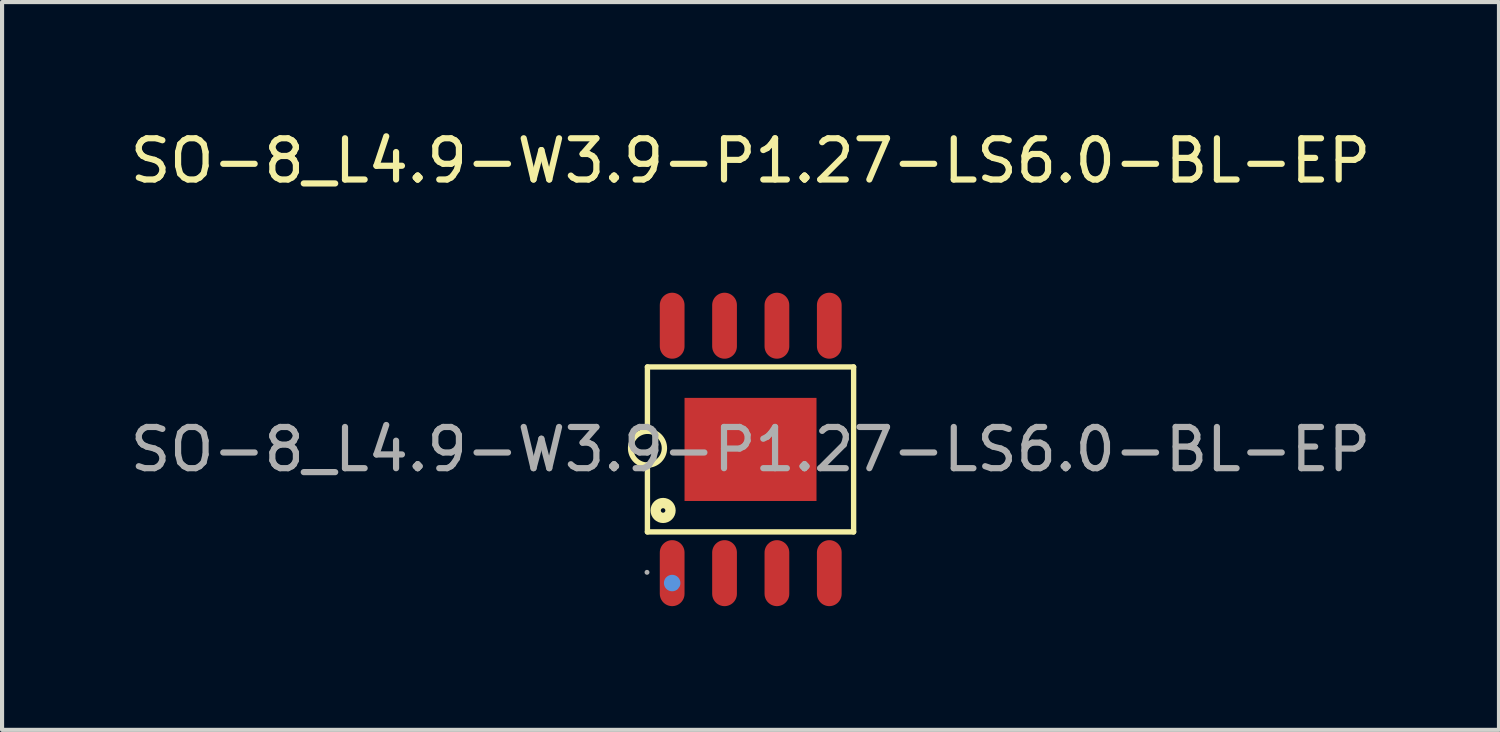
<source format=kicad_pcb>
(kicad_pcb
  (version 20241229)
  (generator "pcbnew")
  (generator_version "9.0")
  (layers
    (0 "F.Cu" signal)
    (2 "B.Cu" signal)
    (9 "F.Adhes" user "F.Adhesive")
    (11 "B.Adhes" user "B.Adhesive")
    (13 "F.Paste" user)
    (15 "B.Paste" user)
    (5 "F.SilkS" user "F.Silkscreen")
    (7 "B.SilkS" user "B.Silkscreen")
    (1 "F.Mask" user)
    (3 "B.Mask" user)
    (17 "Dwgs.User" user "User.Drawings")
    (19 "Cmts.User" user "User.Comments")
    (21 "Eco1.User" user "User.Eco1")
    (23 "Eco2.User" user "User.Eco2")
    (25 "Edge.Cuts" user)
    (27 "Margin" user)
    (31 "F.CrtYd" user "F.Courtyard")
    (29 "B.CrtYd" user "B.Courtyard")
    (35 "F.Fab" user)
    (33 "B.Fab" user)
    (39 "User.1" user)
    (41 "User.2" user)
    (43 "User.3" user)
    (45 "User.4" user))
  (footprint "SO-8_L4.9-W3.9-P1.27-LS6.0-BL-EP"
    (layer "F.Cu")
    (at 15.149 7.848)
    (property "Reference" "SO-8_L4.9-W3.9-P1.27-LS6.0-BL-EP" (at 0 -7 0) (layer "F.SilkS") (effects (font (size 1 1) (thickness 0.15))))
    (attr smd)
    (fp_line (start -2.5 -2) (end -2.5 -0.45) (stroke (width 0.13) (type solid)) (layer "F.SilkS"))
    (fp_line (start -2.5 -2) (end 2.5 -2) (stroke (width 0.13) (type solid)) (layer "F.SilkS"))
    (fp_line (start -2.5 2) (end -2.5 0.37) (stroke (width 0.13) (type solid)) (layer "F.SilkS"))
    (fp_line (start -2.5 2) (end 2.5 2) (stroke (width 0.13) (type solid)) (layer "F.SilkS"))
    (fp_line (start 2.5 -2) (end 2.5 2) (stroke (width 0.13) (type solid)) (layer "F.SilkS"))
    (fp_arc (start -2.507155 0.379938) (mid -2.496422 -0.439985) (end -2.5 0.38) (stroke (width 0.13) (type solid)) (layer "F.SilkS"))
    (fp_circle (center -2.12 1.48) (end -1.94 1.48) (stroke (width 0.25) (type solid)) (fill no) (layer "F.SilkS"))
    (fp_circle (center -1.9 3.24) (end -1.8 3.24) (stroke (width 0.2) (type solid)) (fill no) (layer "Cmts.User"))
    (fp_circle (center -2.51 2.98) (end -2.48 2.98) (stroke (width 0.06) (type solid)) (fill no) (layer "F.Fab"))
    (fp_text user "${REFERENCE}" (at 0 0 0) (layer "F.Fab") (effects (font (size 1 1) (thickness 0.15))))
    (pad "1" smd oval (at -1.9 3) (size 0.6 1.6) (layers "F.Cu" "F.Mask" "F.Paste"))
    (pad "2" smd oval (at -0.63 3) (size 0.6 1.6) (layers "F.Cu" "F.Mask" "F.Paste"))
    (pad "3" smd oval (at 0.64 3) (size 0.6 1.6) (layers "F.Cu" "F.Mask" "F.Paste"))
    (pad "4" smd oval (at 1.91 3) (size 0.6 1.6) (layers "F.Cu" "F.Mask" "F.Paste"))
    (pad "5" smd oval (at 1.91 -3) (size 0.6 1.6) (layers "F.Cu" "F.Mask" "F.Paste"))
    (pad "6" smd oval (at 0.64 -3) (size 0.6 1.6) (layers "F.Cu" "F.Mask" "F.Paste"))
    (pad "7" smd oval (at -0.63 -3) (size 0.6 1.6) (layers "F.Cu" "F.Mask" "F.Paste"))
    (pad "8" smd oval (at -1.9 -3) (size 0.6 1.6) (layers "F.Cu" "F.Mask" "F.Paste"))
    (pad "9" smd rect (at 0 0) (size 3.2 2.5) (layers "F.Cu" "F.Mask" "F.Paste")))
  (gr_rect
    (start -3 -3)
    (end 33.298 14.648)
    (stroke (width 0.1) (type default))
    (fill no)
    (layer "Edge.Cuts")))
</source>
